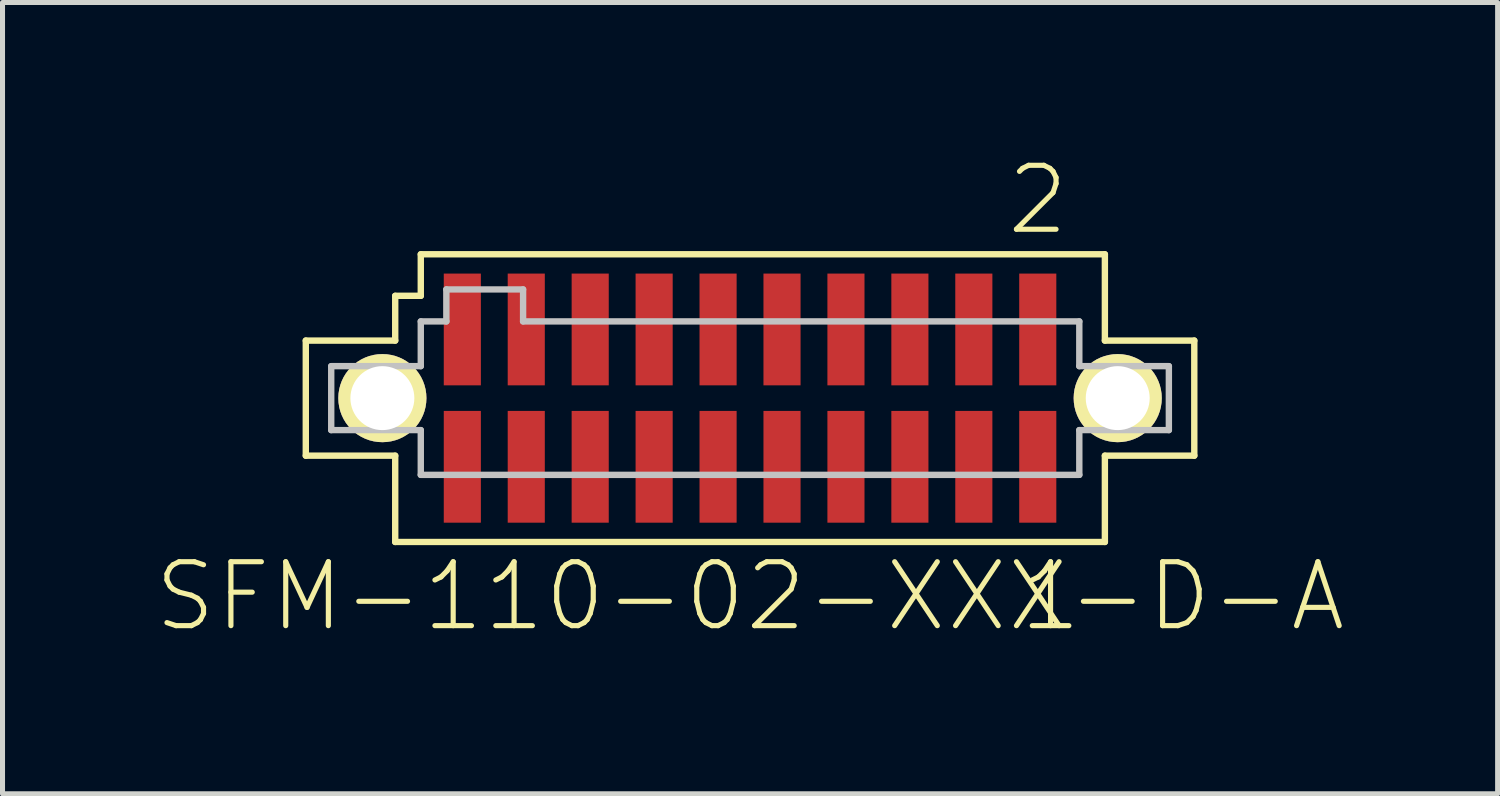
<source format=kicad_pcb>
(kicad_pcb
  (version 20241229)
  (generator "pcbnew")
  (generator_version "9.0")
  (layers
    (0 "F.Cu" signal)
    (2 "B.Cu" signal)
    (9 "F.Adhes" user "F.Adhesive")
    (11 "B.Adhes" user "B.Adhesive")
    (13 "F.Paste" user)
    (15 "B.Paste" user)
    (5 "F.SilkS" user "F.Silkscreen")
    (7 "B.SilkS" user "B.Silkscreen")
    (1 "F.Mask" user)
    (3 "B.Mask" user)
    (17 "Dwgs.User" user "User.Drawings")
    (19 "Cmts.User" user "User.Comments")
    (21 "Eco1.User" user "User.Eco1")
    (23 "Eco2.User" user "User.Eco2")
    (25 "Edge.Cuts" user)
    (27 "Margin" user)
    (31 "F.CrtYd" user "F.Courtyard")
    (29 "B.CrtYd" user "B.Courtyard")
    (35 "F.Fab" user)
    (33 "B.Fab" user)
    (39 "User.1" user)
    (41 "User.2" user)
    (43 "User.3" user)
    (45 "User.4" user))
  (footprint "SFM-110-02-XXX-D-A"
    (layer "F.Cu")
    (at 11.848 4.858)
    (property "Reference" "SFM-110-02-XXX-D-A" (at 0 3.937 0) (layer "F.SilkS") (effects (font (size 1.27 1.27) (thickness 0.102))))
    (attr smd)
    (fp_line (start -8.824 -1.143) (end -7.048 -1.143) (stroke (width 0.127) (type solid)) (layer "F.SilkS"))
    (fp_line (start -8.824 1.143) (end -8.824 -1.143) (stroke (width 0.127) (type solid)) (layer "F.SilkS"))
    (fp_line (start -8.014 0) (end -6.591 0) (stroke (width 0.127) (type solid)) (layer "F.SilkS"))
    (fp_line (start -7.303 0.711) (end -7.303 -0.711) (stroke (width 0.127) (type solid)) (layer "F.SilkS"))
    (fp_line (start -7.048 -2.032) (end -6.54 -2.032) (stroke (width 0.127) (type solid)) (layer "F.SilkS"))
    (fp_line (start -7.048 -1.143) (end -7.048 -2.032) (stroke (width 0.127) (type solid)) (layer "F.SilkS"))
    (fp_line (start -7.048 1.143) (end -8.824 1.143) (stroke (width 0.127) (type solid)) (layer "F.SilkS"))
    (fp_line (start -7.048 2.857) (end -7.048 1.143) (stroke (width 0.127) (type solid)) (layer "F.SilkS"))
    (fp_line (start -6.54 -2.857) (end 7.048 -2.857) (stroke (width 0.127) (type solid)) (layer "F.SilkS"))
    (fp_line (start -6.54 -2.032) (end -6.54 -2.857) (stroke (width 0.127) (type solid)) (layer "F.SilkS"))
    (fp_line (start 6.591 0) (end 8.014 0) (stroke (width 0.127) (type solid)) (layer "F.SilkS"))
    (fp_line (start 7.048 -2.857) (end 7.048 -1.143) (stroke (width 0.127) (type solid)) (layer "F.SilkS"))
    (fp_line (start 7.048 -1.143) (end 8.824 -1.143) (stroke (width 0.127) (type solid)) (layer "F.SilkS"))
    (fp_line (start 7.048 1.143) (end 7.048 2.857) (stroke (width 0.127) (type solid)) (layer "F.SilkS"))
    (fp_line (start 7.048 2.857) (end -7.048 2.857) (stroke (width 0.127) (type solid)) (layer "F.SilkS"))
    (fp_line (start 7.303 0.711) (end 7.303 -0.711) (stroke (width 0.127) (type solid)) (layer "F.SilkS"))
    (fp_line (start 8.824 -1.143) (end 8.824 1.143) (stroke (width 0.127) (type solid)) (layer "F.SilkS"))
    (fp_line (start 8.824 1.143) (end 7.048 1.143) (stroke (width 0.127) (type solid)) (layer "F.SilkS"))
    (fp_circle (center -7.303 0) (end -7.658 0.356) (stroke (width 0.127) (type solid)) (fill no) (layer "F.SilkS"))
    (fp_circle (center 7.303 0) (end 7.658 0.356) (stroke (width 0.127) (type solid)) (fill no) (layer "F.SilkS"))
    (fp_line (start -8.319 -0.635) (end -6.54 -0.635) (stroke (width 0.127) (type solid)) (layer "Dwgs.User"))
    (fp_line (start -8.319 0.635) (end -8.319 -0.635) (stroke (width 0.127) (type solid)) (layer "Dwgs.User"))
    (fp_line (start -6.54 -1.524) (end -6.032 -1.524) (stroke (width 0.127) (type solid)) (layer "Dwgs.User"))
    (fp_line (start -6.54 -0.635) (end -6.54 -1.524) (stroke (width 0.127) (type solid)) (layer "Dwgs.User"))
    (fp_line (start -6.54 0.635) (end -8.319 0.635) (stroke (width 0.127) (type solid)) (layer "Dwgs.User"))
    (fp_line (start -6.54 1.524) (end -6.54 0.635) (stroke (width 0.127) (type solid)) (layer "Dwgs.User"))
    (fp_line (start -6.032 -2.159) (end -4.508 -2.159) (stroke (width 0.127) (type solid)) (layer "Dwgs.User"))
    (fp_line (start -6.032 -1.524) (end -6.032 -2.159) (stroke (width 0.127) (type solid)) (layer "Dwgs.User"))
    (fp_line (start -4.508 -2.159) (end -4.508 -1.524) (stroke (width 0.127) (type solid)) (layer "Dwgs.User"))
    (fp_line (start -4.508 -1.524) (end 6.54 -1.524) (stroke (width 0.127) (type solid)) (layer "Dwgs.User"))
    (fp_line (start 6.54 -1.524) (end 6.54 -0.635) (stroke (width 0.127) (type solid)) (layer "Dwgs.User"))
    (fp_line (start 6.54 -0.635) (end 8.319 -0.635) (stroke (width 0.127) (type solid)) (layer "Dwgs.User"))
    (fp_line (start 6.54 0.635) (end 6.54 1.524) (stroke (width 0.127) (type solid)) (layer "Dwgs.User"))
    (fp_line (start 6.54 1.524) (end -6.54 1.524) (stroke (width 0.127) (type solid)) (layer "Dwgs.User"))
    (fp_line (start 8.319 -0.635) (end 8.319 0.635) (stroke (width 0.127) (type solid)) (layer "Dwgs.User"))
    (fp_line (start 8.319 0.635) (end 6.54 0.635) (stroke (width 0.127) (type solid)) (layer "Dwgs.User"))
    (fp_text user "1" (at 5.969 3.937 0) (layer "F.SilkS") (effects (font (size 1.27 1.27) (thickness 0.102))))
    (fp_text user "2" (at 5.715 -3.937 0) (layer "F.SilkS") (effects (font (size 1.27 1.27) (thickness 0.102))))
    (pad "1" thru_hole circle (at -7.303 0) (size 1.75 1.75) (drill 1.27) (layers "*.Cu" "*.Mask" "F.SilkS"))
    (pad "1" smd rect (at 5.715 1.364) (size 0.737 2.22) (layers "F.Cu" "F.Mask" "F.Paste"))
    (pad "2" smd rect (at 5.715 -1.364) (size 0.737 2.22) (layers "F.Cu" "F.Mask" "F.Paste"))
    (pad "2" thru_hole circle (at 7.303 0) (size 1.75 1.75) (drill 1.27) (layers "*.Cu" "*.Mask" "F.SilkS"))
    (pad "3" smd rect (at 4.445 1.364) (size 0.737 2.22) (layers "F.Cu" "F.Mask" "F.Paste"))
    (pad "4" smd rect (at 4.445 -1.364) (size 0.737 2.22) (layers "F.Cu" "F.Mask" "F.Paste"))
    (pad "5" smd rect (at 3.175 1.364) (size 0.737 2.22) (layers "F.Cu" "F.Mask" "F.Paste"))
    (pad "6" smd rect (at 3.175 -1.364) (size 0.737 2.22) (layers "F.Cu" "F.Mask" "F.Paste"))
    (pad "7" smd rect (at 1.905 1.364) (size 0.737 2.22) (layers "F.Cu" "F.Mask" "F.Paste"))
    (pad "8" smd rect (at 1.905 -1.364) (size 0.737 2.22) (layers "F.Cu" "F.Mask" "F.Paste"))
    (pad "9" smd rect (at 0.635 1.364) (size 0.737 2.22) (layers "F.Cu" "F.Mask" "F.Paste"))
    (pad "10" smd rect (at 0.635 -1.364) (size 0.737 2.22) (layers "F.Cu" "F.Mask" "F.Paste"))
    (pad "11" smd rect (at -0.635 1.364) (size 0.737 2.22) (layers "F.Cu" "F.Mask" "F.Paste"))
    (pad "12" smd rect (at -0.635 -1.364) (size 0.737 2.22) (layers "F.Cu" "F.Mask" "F.Paste"))
    (pad "13" smd rect (at -1.905 1.364) (size 0.737 2.22) (layers "F.Cu" "F.Mask" "F.Paste"))
    (pad "14" smd rect (at -1.905 -1.364) (size 0.737 2.22) (layers "F.Cu" "F.Mask" "F.Paste"))
    (pad "15" smd rect (at -3.175 1.364) (size 0.737 2.22) (layers "F.Cu" "F.Mask" "F.Paste"))
    (pad "16" smd rect (at -3.175 -1.364) (size 0.737 2.22) (layers "F.Cu" "F.Mask" "F.Paste"))
    (pad "17" smd rect (at -4.445 1.364) (size 0.737 2.22) (layers "F.Cu" "F.Mask" "F.Paste"))
    (pad "18" smd rect (at -4.445 -1.364) (size 0.737 2.22) (layers "F.Cu" "F.Mask" "F.Paste"))
    (pad "19" smd rect (at -5.715 1.364) (size 0.737 2.22) (layers "F.Cu" "F.Mask" "F.Paste"))
    (pad "20" smd rect (at -5.715 -1.364) (size 0.737 2.22) (layers "F.Cu" "F.Mask" "F.Paste")))
  (gr_rect
    (start -3 -3)
    (end 26.697 12.717)
    (stroke (width 0.1) (type default))
    (fill no)
    (layer "Edge.Cuts")))
</source>
